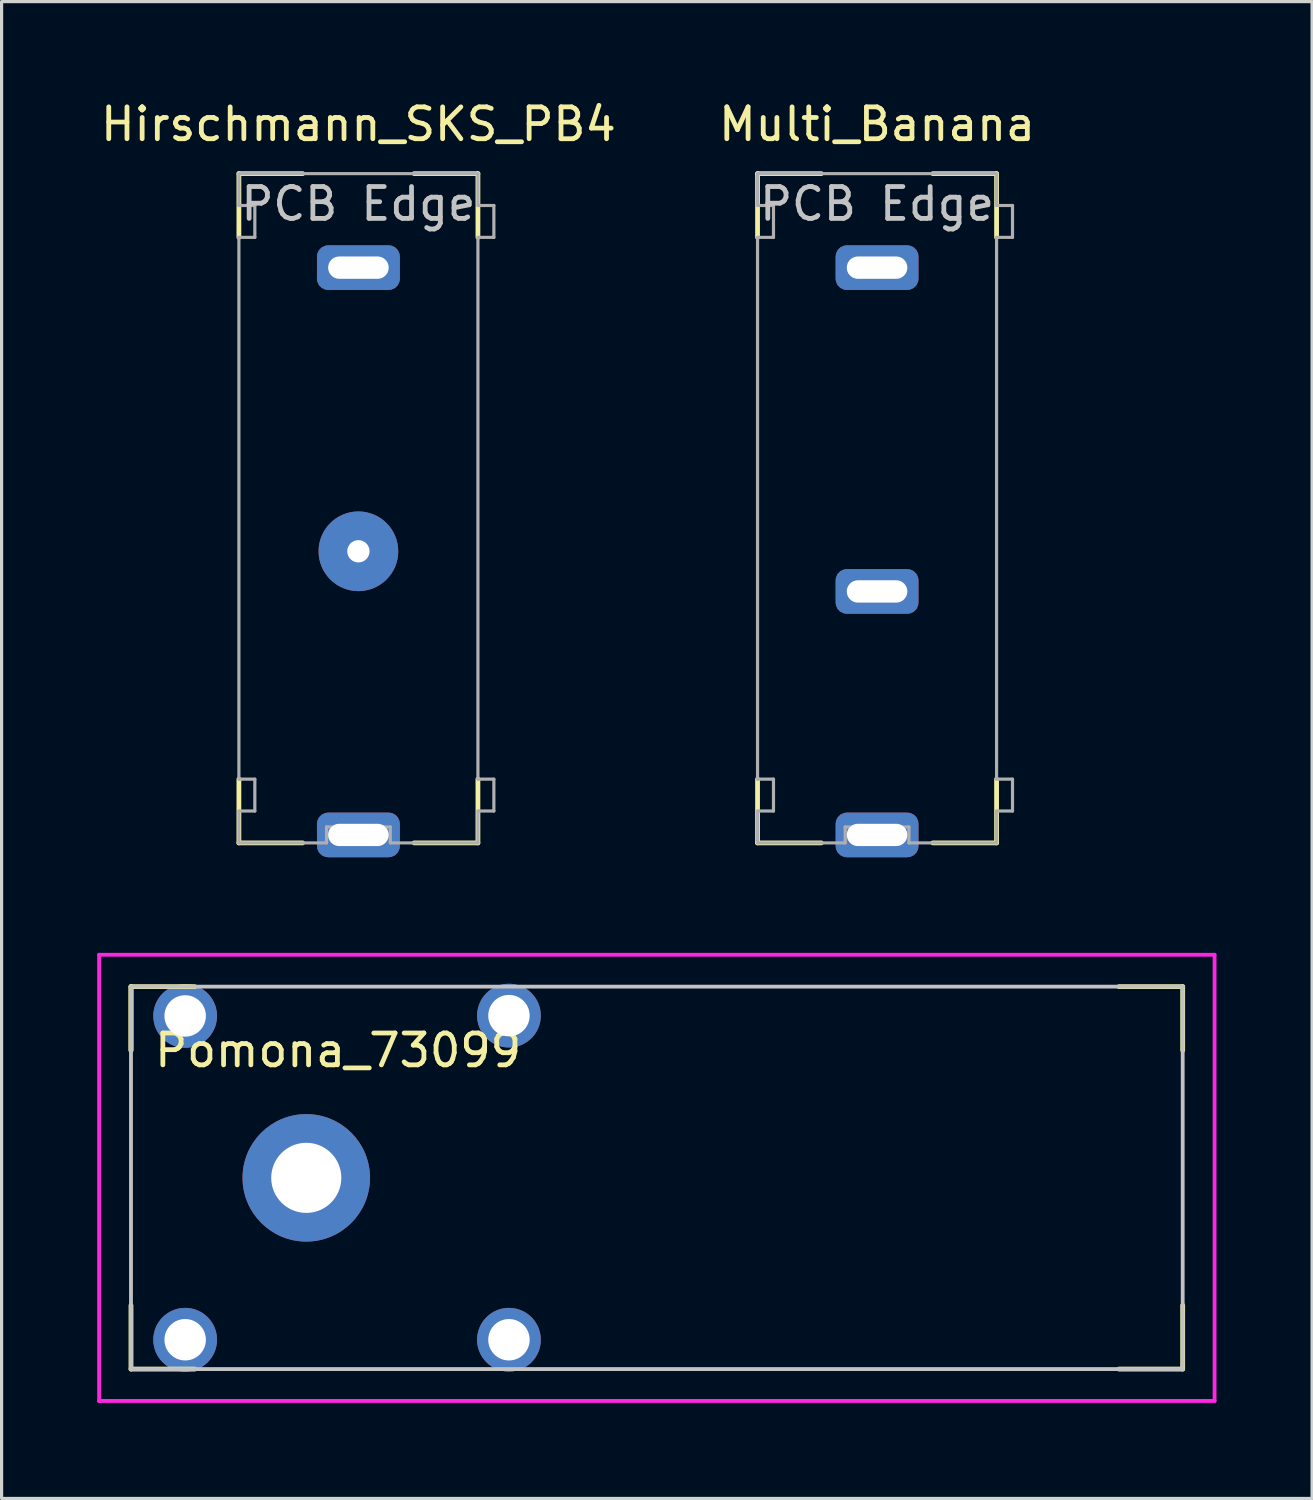
<source format=kicad_pcb>
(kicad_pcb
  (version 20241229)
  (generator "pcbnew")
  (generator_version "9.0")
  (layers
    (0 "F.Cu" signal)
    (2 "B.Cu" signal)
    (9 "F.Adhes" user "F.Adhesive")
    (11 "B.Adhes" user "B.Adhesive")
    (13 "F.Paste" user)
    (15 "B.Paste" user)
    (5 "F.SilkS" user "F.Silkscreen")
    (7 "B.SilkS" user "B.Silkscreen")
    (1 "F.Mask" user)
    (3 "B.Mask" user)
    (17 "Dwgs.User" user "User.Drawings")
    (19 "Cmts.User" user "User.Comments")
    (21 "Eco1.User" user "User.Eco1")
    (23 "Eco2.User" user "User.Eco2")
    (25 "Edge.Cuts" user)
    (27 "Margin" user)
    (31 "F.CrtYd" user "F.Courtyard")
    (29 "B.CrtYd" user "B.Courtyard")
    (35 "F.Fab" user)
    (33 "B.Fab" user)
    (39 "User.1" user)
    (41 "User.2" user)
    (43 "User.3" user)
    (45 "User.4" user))
  (footprint "Multi_Banana"
    (layer "F.Cu")
    (at 24.47 5.348)
    (property "Reference" "Multi_Banana" (at 0 -4.5 0) (layer "F.SilkS") (effects (font (size 1 1) (thickness 0.15))))
    (attr through_hole)
    (fp_line (start -3.75 -2.95) (end -3.75 -0.95) (stroke (width 0.15) (type solid)) (layer "F.SilkS"))
    (fp_line (start -3.75 16.05) (end -3.75 18.05) (stroke (width 0.15) (type solid)) (layer "F.SilkS"))
    (fp_line (start -1.75 -2.95) (end -3.75 -2.95) (stroke (width 0.15) (type solid)) (layer "F.SilkS"))
    (fp_line (start -1.75 18.05) (end -3.75 18.05) (stroke (width 0.15) (type solid)) (layer "F.SilkS"))
    (fp_line (start 3.75 -2.95) (end 1.75 -2.95) (stroke (width 0.15) (type solid)) (layer "F.SilkS"))
    (fp_line (start 3.75 -2.95) (end 3.75 -0.95) (stroke (width 0.15) (type solid)) (layer "F.SilkS"))
    (fp_line (start 3.75 16.05) (end 3.75 18.05) (stroke (width 0.15) (type solid)) (layer "F.SilkS"))
    (fp_line (start 3.75 18.05) (end 1.75 18.05) (stroke (width 0.15) (type solid)) (layer "F.SilkS"))
    (fp_line (start -3.75 -2.95) (end -3.75 -1.95) (stroke (width 0.1) (type solid)) (layer "F.Fab"))
    (fp_line (start -3.75 -1.95) (end -3.25 -1.95) (stroke (width 0.1) (type solid)) (layer "F.Fab"))
    (fp_line (start -3.75 -0.95) (end -3.75 16.05) (stroke (width 0.1) (type solid)) (layer "F.Fab"))
    (fp_line (start -3.75 16.05) (end -3.25 16.05) (stroke (width 0.1) (type solid)) (layer "F.Fab"))
    (fp_line (start -3.75 17.05) (end -3.75 18.05) (stroke (width 0.1) (type solid)) (layer "F.Fab"))
    (fp_line (start -3.75 17.05) (end -3.25 17.05) (stroke (width 0.1) (type solid)) (layer "F.Fab"))
    (fp_line (start -3.25 -1.95) (end -3.25 -0.95) (stroke (width 0.1) (type solid)) (layer "F.Fab"))
    (fp_line (start -3.25 -0.95) (end -3.75 -0.95) (stroke (width 0.1) (type solid)) (layer "F.Fab"))
    (fp_line (start -3.25 16.05) (end -3.25 17.05) (stroke (width 0.1) (type solid)) (layer "F.Fab"))
    (fp_line (start -1 17.55) (end -1 18.05) (stroke (width 0.1) (type solid)) (layer "F.Fab"))
    (fp_line (start -1 18.05) (end -3.75 18.05) (stroke (width 0.1) (type solid)) (layer "F.Fab"))
    (fp_line (start 1 17.55) (end -1 17.55) (stroke (width 0.1) (type solid)) (layer "F.Fab"))
    (fp_line (start 1 17.55) (end 1 18.05) (stroke (width 0.1) (type solid)) (layer "F.Fab"))
    (fp_line (start 3.75 -2.95) (end -3.75 -2.95) (stroke (width 0.1) (type solid)) (layer "F.Fab"))
    (fp_line (start 3.75 -2.95) (end 3.75 -1.95) (stroke (width 0.1) (type solid)) (layer "F.Fab"))
    (fp_line (start 3.75 -1.95) (end 4.25 -1.95) (stroke (width 0.1) (type solid)) (layer "F.Fab"))
    (fp_line (start 3.75 -0.95) (end 3.75 16.05) (stroke (width 0.1) (type solid)) (layer "F.Fab"))
    (fp_line (start 3.75 16.05) (end 4.25 16.05) (stroke (width 0.1) (type solid)) (layer "F.Fab"))
    (fp_line (start 3.75 17.05) (end 3.75 18.05) (stroke (width 0.1) (type solid)) (layer "F.Fab"))
    (fp_line (start 3.75 17.05) (end 4.25 17.05) (stroke (width 0.1) (type solid)) (layer "F.Fab"))
    (fp_line (start 3.75 18.05) (end 1 18.05) (stroke (width 0.1) (type solid)) (layer "F.Fab"))
    (fp_line (start 4.25 -1.95) (end 4.25 -0.95) (stroke (width 0.1) (type solid)) (layer "F.Fab"))
    (fp_line (start 4.25 -0.95) (end 3.75 -0.95) (stroke (width 0.1) (type solid)) (layer "F.Fab"))
    (fp_line (start 4.25 16.05) (end 4.25 17.05) (stroke (width 0.1) (type solid)) (layer "F.Fab"))
    (fp_text user "PCB Edge" (at 0 -2 0) (layer "Dwgs.User") (effects (font (size 1 1) (thickness 0.15))))
    (pad "1" thru_hole roundrect (at 0 0 270) (size 1.4 2.6) (drill oval 0.7 1.9) (layers "*.Cu" "*.Mask") (roundrect_rratio 0.25))
    (pad "1" thru_hole roundrect (at 0 10.16 270) (size 1.4 2.6) (drill oval 0.7 1.9) (layers "*.Cu" "*.Mask") (roundrect_rratio 0.25))
    (pad "1" thru_hole roundrect (at 0 17.8 270) (size 1.4 2.6) (drill oval 0.7 1.9) (layers "*.Cu" "*.Mask") (roundrect_rratio 0.25)))
  (footprint "Pomona_73099"
    (layer "F.Cu")
    (at 6.56 33.908)
    (property "Reference" "Pomona_73099" (at 1 -4 0) (layer "F.SilkS") (effects (font (size 1 1) (thickness 0.15))))
    (attr through_hole)
    (fp_line (start -5.5 -6) (end -5.5 -4) (stroke (width 0.15) (type solid)) (layer "F.SilkS"))
    (fp_line (start -5.5 -6) (end -3.5 -6) (stroke (width 0.15) (type solid)) (layer "F.SilkS"))
    (fp_line (start -5.5 -4) (end -5.5 -6) (stroke (width 0.15) (type solid)) (layer "F.SilkS"))
    (fp_line (start -5.5 6) (end -5.5 4) (stroke (width 0.15) (type solid)) (layer "F.SilkS"))
    (fp_line (start -5.5 6) (end -3.5 6) (stroke (width 0.15) (type solid)) (layer "F.SilkS"))
    (fp_line (start 27.5 -6) (end 25.5 -6) (stroke (width 0.15) (type solid)) (layer "F.SilkS"))
    (fp_line (start 27.5 -6) (end 27.5 -4) (stroke (width 0.15) (type solid)) (layer "F.SilkS"))
    (fp_line (start 27.5 6) (end 25.5 6) (stroke (width 0.15) (type solid)) (layer "F.SilkS"))
    (fp_line (start 27.5 6) (end 27.5 4) (stroke (width 0.15) (type solid)) (layer "F.SilkS"))
    (fp_line (start -5.5 -6) (end -5.5 6) (stroke (width 0.12) (type solid)) (layer "Dwgs.User"))
    (fp_line (start -5.5 6) (end 27.5 6) (stroke (width 0.12) (type solid)) (layer "Dwgs.User"))
    (fp_line (start 27.5 -6) (end -5.5 -6) (stroke (width 0.12) (type solid)) (layer "Dwgs.User"))
    (fp_line (start 27.5 6) (end 27.5 -6) (stroke (width 0.12) (type solid)) (layer "Dwgs.User"))
    (fp_line (start -6.5 -7) (end -6.5 7) (stroke (width 0.12) (type solid)) (layer "F.CrtYd"))
    (fp_line (start -6.5 7) (end 28.5 7) (stroke (width 0.12) (type solid)) (layer "F.CrtYd"))
    (fp_line (start 28.5 -7) (end -6.5 -7) (stroke (width 0.12) (type solid)) (layer "F.CrtYd"))
    (fp_line (start 28.5 7) (end 28.5 -7) (stroke (width 0.12) (type solid)) (layer "F.CrtYd"))
    (pad "" thru_hole circle (at -3.8 -5.08) (size 2 2) (drill 1.3) (layers "*.Cu" "*.Mask"))
    (pad "" thru_hole circle (at -3.8 5.08) (size 2 2) (drill 1.3) (layers "*.Cu" "*.Mask"))
    (pad "" thru_hole circle (at 6.36 -5.09) (size 2 2) (drill 1.3) (layers "*.Cu" "*.Mask"))
    (pad "" thru_hole circle (at 6.36 5.08) (size 2 2) (drill 1.3) (layers "*.Cu" "*.Mask"))
    (pad "1" thru_hole circle (at 0 0) (size 4 4) (drill 2.2) (layers "*.Cu" "*.Mask")))
  (footprint "Hirschmann_SKS_PB4"
    (layer "F.Cu")
    (at 8.196 5.348)
    (property "Reference" "Hirschmann_SKS_PB4" (at 0 -4.5 0) (layer "F.SilkS") (effects (font (size 1 1) (thickness 0.15))))
    (attr through_hole)
    (fp_line (start -3.75 -2.95) (end -3.75 -0.95) (stroke (width 0.15) (type solid)) (layer "F.SilkS"))
    (fp_line (start -3.75 16.05) (end -3.75 18.05) (stroke (width 0.15) (type solid)) (layer "F.SilkS"))
    (fp_line (start -1.75 -2.95) (end -3.75 -2.95) (stroke (width 0.15) (type solid)) (layer "F.SilkS"))
    (fp_line (start -1.75 18.05) (end -3.75 18.05) (stroke (width 0.15) (type solid)) (layer "F.SilkS"))
    (fp_line (start 3.75 -2.95) (end 1.75 -2.95) (stroke (width 0.15) (type solid)) (layer "F.SilkS"))
    (fp_line (start 3.75 -2.95) (end 3.75 -0.95) (stroke (width 0.15) (type solid)) (layer "F.SilkS"))
    (fp_line (start 3.75 16.05) (end 3.75 18.05) (stroke (width 0.15) (type solid)) (layer "F.SilkS"))
    (fp_line (start 3.75 18.05) (end 1.75 18.05) (stroke (width 0.15) (type solid)) (layer "F.SilkS"))
    (fp_line (start -3.75 -2.95) (end -3.75 -1.95) (stroke (width 0.1) (type solid)) (layer "F.Fab"))
    (fp_line (start -3.75 -1.95) (end -3.25 -1.95) (stroke (width 0.1) (type solid)) (layer "F.Fab"))
    (fp_line (start -3.75 -0.95) (end -3.75 16.05) (stroke (width 0.1) (type solid)) (layer "F.Fab"))
    (fp_line (start -3.75 16.05) (end -3.25 16.05) (stroke (width 0.1) (type solid)) (layer "F.Fab"))
    (fp_line (start -3.75 17.05) (end -3.75 18.05) (stroke (width 0.1) (type solid)) (layer "F.Fab"))
    (fp_line (start -3.75 17.05) (end -3.25 17.05) (stroke (width 0.1) (type solid)) (layer "F.Fab"))
    (fp_line (start -3.25 -1.95) (end -3.25 -0.95) (stroke (width 0.1) (type solid)) (layer "F.Fab"))
    (fp_line (start -3.25 -0.95) (end -3.75 -0.95) (stroke (width 0.1) (type solid)) (layer "F.Fab"))
    (fp_line (start -3.25 16.05) (end -3.25 17.05) (stroke (width 0.1) (type solid)) (layer "F.Fab"))
    (fp_line (start -1 17.55) (end -1 18.05) (stroke (width 0.1) (type solid)) (layer "F.Fab"))
    (fp_line (start -1 18.05) (end -3.75 18.05) (stroke (width 0.1) (type solid)) (layer "F.Fab"))
    (fp_line (start 1 17.55) (end -1 17.55) (stroke (width 0.1) (type solid)) (layer "F.Fab"))
    (fp_line (start 1 17.55) (end 1 18.05) (stroke (width 0.1) (type solid)) (layer "F.Fab"))
    (fp_line (start 3.75 -2.95) (end -3.75 -2.95) (stroke (width 0.1) (type solid)) (layer "F.Fab"))
    (fp_line (start 3.75 -2.95) (end 3.75 -1.95) (stroke (width 0.1) (type solid)) (layer "F.Fab"))
    (fp_line (start 3.75 -1.95) (end 4.25 -1.95) (stroke (width 0.1) (type solid)) (layer "F.Fab"))
    (fp_line (start 3.75 -0.95) (end 3.75 16.05) (stroke (width 0.1) (type solid)) (layer "F.Fab"))
    (fp_line (start 3.75 16.05) (end 4.25 16.05) (stroke (width 0.1) (type solid)) (layer "F.Fab"))
    (fp_line (start 3.75 17.05) (end 3.75 18.05) (stroke (width 0.1) (type solid)) (layer "F.Fab"))
    (fp_line (start 3.75 17.05) (end 4.25 17.05) (stroke (width 0.1) (type solid)) (layer "F.Fab"))
    (fp_line (start 3.75 18.05) (end 1 18.05) (stroke (width 0.1) (type solid)) (layer "F.Fab"))
    (fp_line (start 4.25 -1.95) (end 4.25 -0.95) (stroke (width 0.1) (type solid)) (layer "F.Fab"))
    (fp_line (start 4.25 -0.95) (end 3.75 -0.95) (stroke (width 0.1) (type solid)) (layer "F.Fab"))
    (fp_line (start 4.25 16.05) (end 4.25 17.05) (stroke (width 0.1) (type solid)) (layer "F.Fab"))
    (fp_text user "PCB Edge" (at 0 -2 0) (layer "Dwgs.User") (effects (font (size 1 1) (thickness 0.15))))
    (pad "" np_thru_hole circle (at 0 8.9 270) (size 2.5 2.5) (drill 0.7) (layers "*.Cu" "*.Mask"))
    (pad "1" thru_hole roundrect (at 0 0 270) (size 1.4 2.6) (drill oval 0.7 1.9) (layers "*.Cu" "*.Mask") (roundrect_rratio 0.25))
    (pad "1" thru_hole roundrect (at 0 17.8 270) (size 1.4 2.6) (drill oval 0.7 1.9) (layers "*.Cu" "*.Mask") (roundrect_rratio 0.25)))
  (gr_rect
    (start -3 -3)
    (end 38.12 43.968)
    (stroke (width 0.1) (type default))
    (fill no)
    (layer "Edge.Cuts")))
</source>
